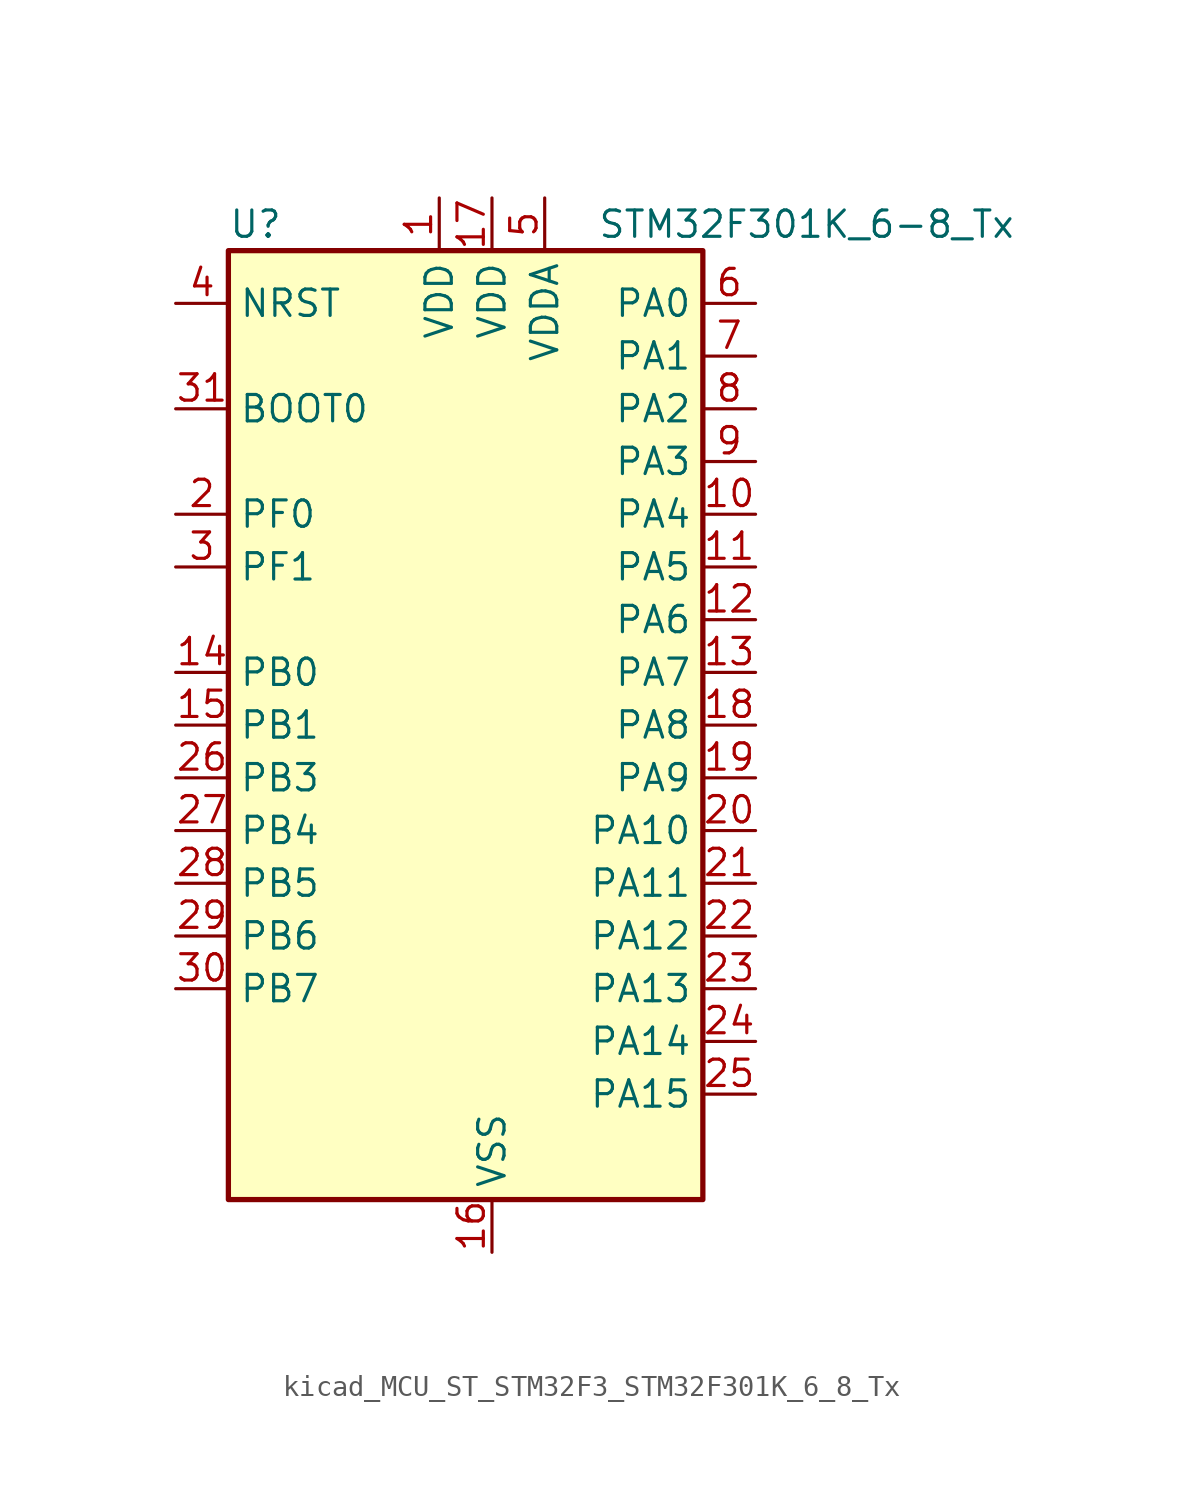
<source format=kicad_sym>
(kicad_symbol_lib
  (version 20220914)
  (generator kicad_symbol_editor)
  (symbol "kicad_MCU_ST_STM32F3_STM32F301K_6_8_Tx"
    (property "Reference" "U"
      (at -10.16 24.13 0)
      (effects (font (size 1.27 1.27)) (justify left)))
    (property "Value" "STM32F301K_6-8_Tx"
      (at 7.62 24.13 0)
      (effects (font (size 1.27 1.27)) (justify left)))
    (property "ki_locked" ""
      (at 0 0 0)
      (effects (font (size 1.27 1.27))))
    (symbol "kicad_MCU_ST_STM32F3_STM32F301K_6_8_Tx_0_1"
      (rectangle (start -10.16 -22.86) (end 12.7 22.86) (stroke (width 0.254) (type default)) (fill (type background))))
    (symbol "kicad_MCU_ST_STM32F3_STM32F301K_6_8_Tx_1_1"
      (pin power_in line (at 0 25.4 270) (length 2.54) (name "VDD" (effects (font (size 1.27 1.27)))) (number "1" (effects (font (size 1.27 1.27)))))
      (pin bidirectional line (at 15.24 10.16 180) (length 2.54) (name "PA4" (effects (font (size 1.27 1.27)))) (number "10" (effects (font (size 1.27 1.27)))) (alternate "ADC1_IN5" bidirectional line) (alternate "COMP2_INM" bidirectional line) (alternate "COMP4_INM" bidirectional line) (alternate "DAC_OUT1" bidirectional line) (alternate "I2S3_WS" bidirectional line) (alternate "SPI3_NSS" bidirectional line) (alternate "TSC_G2_IO1" bidirectional line) (alternate "USART2_CK" bidirectional line))
      (pin bidirectional line (at 15.24 7.62 180) (length 2.54) (name "PA5" (effects (font (size 1.27 1.27)))) (number "11" (effects (font (size 1.27 1.27)))) (alternate "OPAMP2_VINM" bidirectional line) (alternate "OPAMP2_VINM_SEC" bidirectional line) (alternate "TIM2_CH1" bidirectional line) (alternate "TIM2_ETR" bidirectional line) (alternate "TSC_G2_IO2" bidirectional line))
      (pin bidirectional line (at 15.24 5.08 180) (length 2.54) (name "PA6" (effects (font (size 1.27 1.27)))) (number "12" (effects (font (size 1.27 1.27)))) (alternate "ADC1_IN10" bidirectional line) (alternate "OPAMP2_VOUT" bidirectional line) (alternate "TIM16_CH1" bidirectional line) (alternate "TIM1_BKIN" bidirectional line) (alternate "TSC_G2_IO3" bidirectional line))
      (pin bidirectional line (at 15.24 2.54 180) (length 2.54) (name "PA7" (effects (font (size 1.27 1.27)))) (number "13" (effects (font (size 1.27 1.27)))) (alternate "ADC1_IN15" bidirectional line) (alternate "COMP2_INP" bidirectional line) (alternate "OPAMP2_VINP" bidirectional line) (alternate "OPAMP2_VINP_SEC" bidirectional line) (alternate "TIM17_CH1" bidirectional line) (alternate "TIM1_CH1N" bidirectional line) (alternate "TSC_G2_IO4" bidirectional line))
      (pin bidirectional line (at -12.7 2.54 0) (length 2.54) (name "PB0" (effects (font (size 1.27 1.27)))) (number "14" (effects (font (size 1.27 1.27)))) (alternate "ADC1_IN11" bidirectional line) (alternate "COMP4_INP" bidirectional line) (alternate "OPAMP2_VINP" bidirectional line) (alternate "OPAMP2_VINP_SEC" bidirectional line) (alternate "TIM1_CH2N" bidirectional line) (alternate "TSC_G3_IO2" bidirectional line))
      (pin bidirectional line (at -12.7 0 0) (length 2.54) (name "PB1" (effects (font (size 1.27 1.27)))) (number "15" (effects (font (size 1.27 1.27)))) (alternate "ADC1_IN12" bidirectional line) (alternate "COMP4_OUT" bidirectional line) (alternate "TIM1_CH3N" bidirectional line) (alternate "TSC_G3_IO3" bidirectional line))
      (pin power_in line (at 2.54 -25.4 90) (length 2.54) (name "VSS" (effects (font (size 1.27 1.27)))) (number "16" (effects (font (size 1.27 1.27)))))
      (pin power_in line (at 2.54 25.4 270) (length 2.54) (name "VDD" (effects (font (size 1.27 1.27)))) (number "17" (effects (font (size 1.27 1.27)))))
      (pin bidirectional line (at 15.24 0 180) (length 2.54) (name "PA8" (effects (font (size 1.27 1.27)))) (number "18" (effects (font (size 1.27 1.27)))) (alternate "I2C2_SMBA" bidirectional line) (alternate "I2C3_SCL" bidirectional line) (alternate "I2S2_MCK" bidirectional line) (alternate "RCC_MCO" bidirectional line) (alternate "TIM1_CH1" bidirectional line) (alternate "USART1_CK" bidirectional line))
      (pin bidirectional line (at 15.24 -2.54 180) (length 2.54) (name "PA9" (effects (font (size 1.27 1.27)))) (number "19" (effects (font (size 1.27 1.27)))) (alternate "DAC_EXTI9" bidirectional line) (alternate "I2C2_SCL" bidirectional line) (alternate "I2C3_SMBA" bidirectional line) (alternate "I2S3_MCK" bidirectional line) (alternate "TIM15_BKIN" bidirectional line) (alternate "TIM1_CH2" bidirectional line) (alternate "TIM2_CH3" bidirectional line) (alternate "TSC_G4_IO1" bidirectional line) (alternate "USART1_TX" bidirectional line))
      (pin bidirectional line (at -12.7 10.16 0) (length 2.54) (name "PF0" (effects (font (size 1.27 1.27)))) (number "2" (effects (font (size 1.27 1.27)))) (alternate "I2C2_SDA" bidirectional line) (alternate "I2S2_WS" bidirectional line) (alternate "RCC_OSC_IN" bidirectional line) (alternate "SPI2_NSS" bidirectional line) (alternate "TIM1_CH3N" bidirectional line))
      (pin bidirectional line (at 15.24 -5.08 180) (length 2.54) (name "PA10" (effects (font (size 1.27 1.27)))) (number "20" (effects (font (size 1.27 1.27)))) (alternate "I2C2_SDA" bidirectional line) (alternate "I2S2_ext_SD" bidirectional line) (alternate "SPI2_MISO" bidirectional line) (alternate "TIM17_BKIN" bidirectional line) (alternate "TIM1_CH3" bidirectional line) (alternate "TIM2_CH4" bidirectional line) (alternate "TSC_G4_IO2" bidirectional line) (alternate "USART1_RX" bidirectional line))
      (pin bidirectional line (at 15.24 -7.62 180) (length 2.54) (name "PA11" (effects (font (size 1.27 1.27)))) (number "21" (effects (font (size 1.27 1.27)))) (alternate "ADC1_EXTI11" bidirectional line) (alternate "I2S2_SD" bidirectional line) (alternate "SPI2_MOSI" bidirectional line) (alternate "TIM1_BKIN2" bidirectional line) (alternate "TIM1_CH1N" bidirectional line) (alternate "TIM1_CH4" bidirectional line) (alternate "USART1_CTS" bidirectional line))
      (pin bidirectional line (at 15.24 -10.16 180) (length 2.54) (name "PA12" (effects (font (size 1.27 1.27)))) (number "22" (effects (font (size 1.27 1.27)))) (alternate "COMP2_OUT" bidirectional line) (alternate "I2S_CKIN" bidirectional line) (alternate "TIM16_CH1" bidirectional line) (alternate "TIM1_CH2N" bidirectional line) (alternate "TIM1_ETR" bidirectional line) (alternate "USART1_DE" bidirectional line) (alternate "USART1_RTS" bidirectional line))
      (pin bidirectional line (at 15.24 -12.7 180) (length 2.54) (name "PA13" (effects (font (size 1.27 1.27)))) (number "23" (effects (font (size 1.27 1.27)))) (alternate "IR_OUT" bidirectional line) (alternate "SYS_JTMS-SWDIO" bidirectional line) (alternate "TIM16_CH1N" bidirectional line) (alternate "TSC_G4_IO3" bidirectional line))
      (pin bidirectional line (at 15.24 -15.24 180) (length 2.54) (name "PA14" (effects (font (size 1.27 1.27)))) (number "24" (effects (font (size 1.27 1.27)))) (alternate "I2C1_SDA" bidirectional line) (alternate "SYS_JTCK-SWCLK" bidirectional line) (alternate "TIM1_BKIN" bidirectional line) (alternate "TSC_G4_IO4" bidirectional line) (alternate "USART2_TX" bidirectional line))
      (pin bidirectional line (at 15.24 -17.78 180) (length 2.54) (name "PA15" (effects (font (size 1.27 1.27)))) (number "25" (effects (font (size 1.27 1.27)))) (alternate "ADC1_EXTI15" bidirectional line) (alternate "I2C1_SCL" bidirectional line) (alternate "I2S3_WS" bidirectional line) (alternate "SPI3_NSS" bidirectional line) (alternate "SYS_JTDI" bidirectional line) (alternate "TIM1_BKIN" bidirectional line) (alternate "TIM2_CH1" bidirectional line) (alternate "TIM2_ETR" bidirectional line) (alternate "TSC_SYNC" bidirectional line) (alternate "USART2_RX" bidirectional line))
      (pin bidirectional line (at -12.7 -2.54 0) (length 2.54) (name "PB3" (effects (font (size 1.27 1.27)))) (number "26" (effects (font (size 1.27 1.27)))) (alternate "I2S3_CK" bidirectional line) (alternate "SPI3_SCK" bidirectional line) (alternate "SYS_JTDO-TRACESWO" bidirectional line) (alternate "TIM2_CH2" bidirectional line) (alternate "TSC_G5_IO1" bidirectional line) (alternate "USART2_TX" bidirectional line))
      (pin bidirectional line (at -12.7 -5.08 0) (length 2.54) (name "PB4" (effects (font (size 1.27 1.27)))) (number "27" (effects (font (size 1.27 1.27)))) (alternate "I2S3_ext_SD" bidirectional line) (alternate "SPI3_MISO" bidirectional line) (alternate "SYS_NJTRST" bidirectional line) (alternate "TIM16_CH1" bidirectional line) (alternate "TIM17_BKIN" bidirectional line) (alternate "TSC_G5_IO2" bidirectional line) (alternate "USART2_RX" bidirectional line))
      (pin bidirectional line (at -12.7 -7.62 0) (length 2.54) (name "PB5" (effects (font (size 1.27 1.27)))) (number "28" (effects (font (size 1.27 1.27)))) (alternate "I2C1_SMBA" bidirectional line) (alternate "I2C3_SDA" bidirectional line) (alternate "I2S3_SD" bidirectional line) (alternate "SPI3_MOSI" bidirectional line) (alternate "TIM16_BKIN" bidirectional line) (alternate "TIM17_CH1" bidirectional line) (alternate "USART2_CK" bidirectional line))
      (pin bidirectional line (at -12.7 -10.16 0) (length 2.54) (name "PB6" (effects (font (size 1.27 1.27)))) (number "29" (effects (font (size 1.27 1.27)))) (alternate "I2C1_SCL" bidirectional line) (alternate "TIM16_CH1N" bidirectional line) (alternate "TSC_G5_IO3" bidirectional line) (alternate "USART1_TX" bidirectional line))
      (pin bidirectional line (at -12.7 7.62 0) (length 2.54) (name "PF1" (effects (font (size 1.27 1.27)))) (number "3" (effects (font (size 1.27 1.27)))) (alternate "I2C2_SCL" bidirectional line) (alternate "I2S2_CK" bidirectional line) (alternate "RCC_OSC_OUT" bidirectional line) (alternate "SPI2_SCK" bidirectional line))
      (pin bidirectional line (at -12.7 -12.7 0) (length 2.54) (name "PB7" (effects (font (size 1.27 1.27)))) (number "30" (effects (font (size 1.27 1.27)))) (alternate "I2C1_SDA" bidirectional line) (alternate "TIM17_CH1N" bidirectional line) (alternate "TSC_G5_IO4" bidirectional line) (alternate "USART1_RX" bidirectional line))
      (pin input line (at -12.7 15.24 0) (length 2.54) (name "BOOT0" (effects (font (size 1.27 1.27)))) (number "31" (effects (font (size 1.27 1.27)))))
      (pin passive line (at 2.54 -25.4 90) (length 2.54) hide (name "VSS" (effects (font (size 1.27 1.27)))) (number "32" (effects (font (size 1.27 1.27)))))
      (pin input line (at -12.7 20.32 0) (length 2.54) (name "NRST" (effects (font (size 1.27 1.27)))) (number "4" (effects (font (size 1.27 1.27)))))
      (pin power_in line (at 5.08 25.4 270) (length 2.54) (name "VDDA" (effects (font (size 1.27 1.27)))) (number "5" (effects (font (size 1.27 1.27)))))
      (pin bidirectional line (at 15.24 20.32 180) (length 2.54) (name "PA0" (effects (font (size 1.27 1.27)))) (number "6" (effects (font (size 1.27 1.27)))) (alternate "ADC1_IN1" bidirectional line) (alternate "RTC_TAMP2" bidirectional line) (alternate "SYS_WKUP1" bidirectional line) (alternate "TIM2_CH1" bidirectional line) (alternate "TIM2_ETR" bidirectional line) (alternate "TSC_G1_IO1" bidirectional line) (alternate "USART2_CTS" bidirectional line))
      (pin bidirectional line (at 15.24 17.78 180) (length 2.54) (name "PA1" (effects (font (size 1.27 1.27)))) (number "7" (effects (font (size 1.27 1.27)))) (alternate "ADC1_IN2" bidirectional line) (alternate "RTC_REFIN" bidirectional line) (alternate "TIM15_CH1N" bidirectional line) (alternate "TIM2_CH2" bidirectional line) (alternate "TSC_G1_IO2" bidirectional line) (alternate "USART2_DE" bidirectional line) (alternate "USART2_RTS" bidirectional line))
      (pin bidirectional line (at 15.24 15.24 180) (length 2.54) (name "PA2" (effects (font (size 1.27 1.27)))) (number "8" (effects (font (size 1.27 1.27)))) (alternate "ADC1_IN3" bidirectional line) (alternate "COMP2_INM" bidirectional line) (alternate "COMP2_OUT" bidirectional line) (alternate "TIM15_CH1" bidirectional line) (alternate "TIM2_CH3" bidirectional line) (alternate "TSC_G1_IO3" bidirectional line) (alternate "USART2_TX" bidirectional line))
      (pin bidirectional line (at 15.24 12.7 180) (length 2.54) (name "PA3" (effects (font (size 1.27 1.27)))) (number "9" (effects (font (size 1.27 1.27)))) (alternate "ADC1_IN4" bidirectional line) (alternate "TIM15_CH2" bidirectional line) (alternate "TIM2_CH4" bidirectional line) (alternate "TSC_G1_IO4" bidirectional line) (alternate "USART2_RX" bidirectional line)))))
</source>
